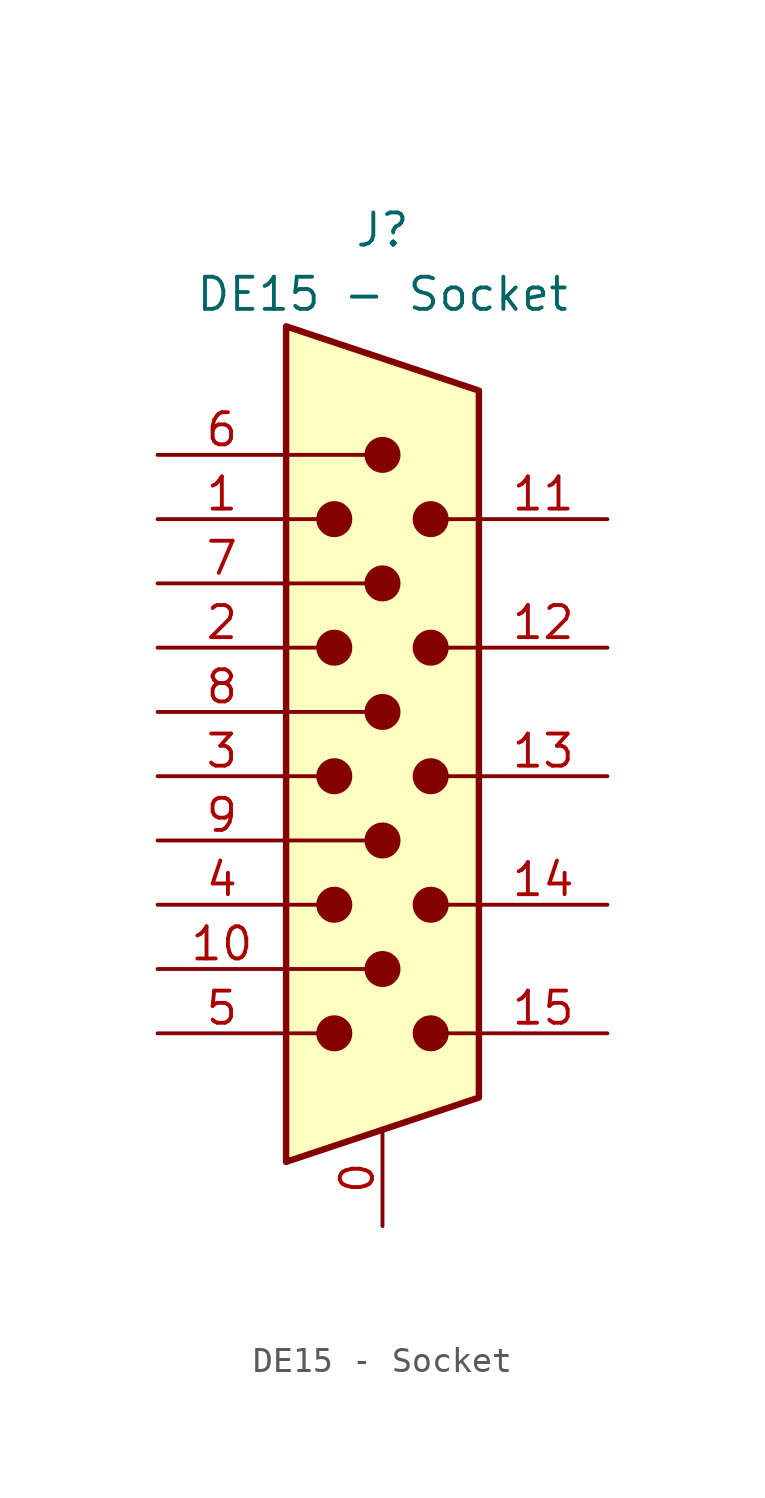
<source format=kicad_sym>
(kicad_symbol_lib
  (version 20211014)
  (generator kicad_symbol_editor)
  (symbol "DE15 - Socket"
    (pin_names
      (offset 1.016) hide)
    (property "Reference" "J"
      (at 0 21.59 0)
      (effects (font (size 1.27 1.27))))
    (property "Value" "DE15 - Socket"
      (at 0 19.05 0)
      (effects (font (size 1.27 1.27))))
    (symbol "DE15 - Socket_0_1"
      (circle (center -1.905 -10.16) (radius 0.635) (stroke (width 0) (type default) (color 0 0 0 0)) (fill (type outline)))
      (circle (center -1.905 -5.08) (radius 0.635) (stroke (width 0) (type default) (color 0 0 0 0)) (fill (type outline)))
      (circle (center -1.905 0) (radius 0.635) (stroke (width 0) (type default) (color 0 0 0 0)) (fill (type outline)))
      (circle (center -1.905 5.08) (radius 0.635) (stroke (width 0) (type default) (color 0 0 0 0)) (fill (type outline)))
      (circle (center -1.905 10.16) (radius 0.635) (stroke (width 0) (type default) (color 0 0 0 0)) (fill (type outline)))
      (circle (center 0 -7.62) (radius 0.635) (stroke (width 0) (type default) (color 0 0 0 0)) (fill (type outline)))
      (circle (center 0 -2.54) (radius 0.635) (stroke (width 0) (type default) (color 0 0 0 0)) (fill (type outline)))
      (polyline (pts (xy -2.54 -10.16) (xy -3.81 -10.16)) (stroke (width 0) (type default) (color 0 0 0 0)) (fill (type none)))
      (polyline (pts (xy -2.54 -5.08) (xy -3.81 -5.08)) (stroke (width 0) (type default) (color 0 0 0 0)) (fill (type none)))
      (polyline (pts (xy -2.54 0) (xy -3.81 0)) (stroke (width 0) (type default) (color 0 0 0 0)) (fill (type none)))
      (polyline (pts (xy -2.54 5.08) (xy -3.81 5.08)) (stroke (width 0) (type default) (color 0 0 0 0)) (fill (type none)))
      (polyline (pts (xy -2.54 10.16) (xy -3.81 10.16)) (stroke (width 0) (type default) (color 0 0 0 0)) (fill (type none)))
      (polyline (pts (xy 0 -7.62) (xy -3.81 -7.62)) (stroke (width 0) (type default) (color 0 0 0 0)) (fill (type none)))
      (polyline (pts (xy 0 -2.54) (xy -3.81 -2.54)) (stroke (width 0) (type default) (color 0 0 0 0)) (fill (type none)))
      (polyline (pts (xy 0 2.54) (xy -3.81 2.54)) (stroke (width 0) (type default) (color 0 0 0 0)) (fill (type none)))
      (polyline (pts (xy 0 7.62) (xy -3.81 7.62)) (stroke (width 0) (type default) (color 0 0 0 0)) (fill (type none)))
      (polyline (pts (xy 0 12.7) (xy -3.81 12.7)) (stroke (width 0) (type default) (color 0 0 0 0)) (fill (type none)))
      (polyline (pts (xy 3.81 -10.16) (xy 2.54 -10.16)) (stroke (width 0) (type default) (color 0 0 0 0)) (fill (type none)))
      (polyline (pts (xy 3.81 -5.08) (xy 2.54 -5.08)) (stroke (width 0) (type default) (color 0 0 0 0)) (fill (type none)))
      (polyline (pts (xy 3.81 0) (xy 2.54 0)) (stroke (width 0) (type default) (color 0 0 0 0)) (fill (type none)))
      (polyline (pts (xy 3.81 5.08) (xy 2.54 5.08)) (stroke (width 0) (type default) (color 0 0 0 0)) (fill (type none)))
      (polyline (pts (xy 3.81 10.16) (xy 2.54 10.16)) (stroke (width 0) (type default) (color 0 0 0 0)) (fill (type none)))
      (polyline (pts (xy -3.81 17.78) (xy -3.81 -15.24) (xy 3.81 -12.7) (xy 3.81 15.24) (xy -3.81 17.78)) (stroke (width 0.254) (type default) (color 0 0 0 0)) (fill (type background)))
      (circle (center 0 2.54) (radius 0.635) (stroke (width 0) (type default) (color 0 0 0 0)) (fill (type outline)))
      (circle (center 0 7.62) (radius 0.635) (stroke (width 0) (type default) (color 0 0 0 0)) (fill (type outline)))
      (circle (center 0 12.7) (radius 0.635) (stroke (width 0) (type default) (color 0 0 0 0)) (fill (type outline)))
      (circle (center 1.905 -10.16) (radius 0.635) (stroke (width 0) (type default) (color 0 0 0 0)) (fill (type outline)))
      (circle (center 1.905 -5.08) (radius 0.635) (stroke (width 0) (type default) (color 0 0 0 0)) (fill (type outline)))
      (circle (center 1.905 0) (radius 0.635) (stroke (width 0) (type default) (color 0 0 0 0)) (fill (type outline)))
      (circle (center 1.905 5.08) (radius 0.635) (stroke (width 0) (type default) (color 0 0 0 0)) (fill (type outline)))
      (circle (center 1.905 10.16) (radius 0.635) (stroke (width 0) (type default) (color 0 0 0 0)) (fill (type outline))))
    (symbol "DE15 - Socket_1_1"
      (pin passive line (at 0 -17.78 90) (length 3.81) (name "0" (effects (font (size 1.27 1.27)))) (number "0" (effects (font (size 1.27 1.27)))))
      (pin passive line (at -8.89 10.16 0) (length 5.08) (name "1" (effects (font (size 1.27 1.27)))) (number "1" (effects (font (size 1.27 1.27)))))
      (pin passive line (at -8.89 -7.62 0) (length 5.08) (name "10" (effects (font (size 1.27 1.27)))) (number "10" (effects (font (size 1.27 1.27)))))
      (pin passive line (at 8.89 10.16 180) (length 5.08) (name "11" (effects (font (size 1.27 1.27)))) (number "11" (effects (font (size 1.27 1.27)))))
      (pin passive line (at 8.89 5.08 180) (length 5.08) (name "12" (effects (font (size 1.27 1.27)))) (number "12" (effects (font (size 1.27 1.27)))))
      (pin passive line (at 8.89 0 180) (length 5.08) (name "13" (effects (font (size 1.27 1.27)))) (number "13" (effects (font (size 1.27 1.27)))))
      (pin passive line (at 8.89 -5.08 180) (length 5.08) (name "14" (effects (font (size 1.27 1.27)))) (number "14" (effects (font (size 1.27 1.27)))))
      (pin passive line (at 8.89 -10.16 180) (length 5.08) (name "15" (effects (font (size 1.27 1.27)))) (number "15" (effects (font (size 1.27 1.27)))))
      (pin passive line (at -8.89 5.08 0) (length 5.08) (name "2" (effects (font (size 1.27 1.27)))) (number "2" (effects (font (size 1.27 1.27)))))
      (pin passive line (at -8.89 0 0) (length 5.08) (name "3" (effects (font (size 1.27 1.27)))) (number "3" (effects (font (size 1.27 1.27)))))
      (pin passive line (at -8.89 -5.08 0) (length 5.08) (name "4" (effects (font (size 1.27 1.27)))) (number "4" (effects (font (size 1.27 1.27)))))
      (pin passive line (at -8.89 -10.16 0) (length 5.08) (name "5" (effects (font (size 1.27 1.27)))) (number "5" (effects (font (size 1.27 1.27)))))
      (pin passive line (at -8.89 12.7 0) (length 5.08) (name "6" (effects (font (size 1.27 1.27)))) (number "6" (effects (font (size 1.27 1.27)))))
      (pin passive line (at -8.89 7.62 0) (length 5.08) (name "7" (effects (font (size 1.27 1.27)))) (number "7" (effects (font (size 1.27 1.27)))))
      (pin passive line (at -8.89 2.54 0) (length 5.08) (name "8" (effects (font (size 1.27 1.27)))) (number "8" (effects (font (size 1.27 1.27)))))
      (pin passive line (at -8.89 -2.54 0) (length 5.08) (name "9" (effects (font (size 1.27 1.27)))) (number "9" (effects (font (size 1.27 1.27))))))))
</source>
